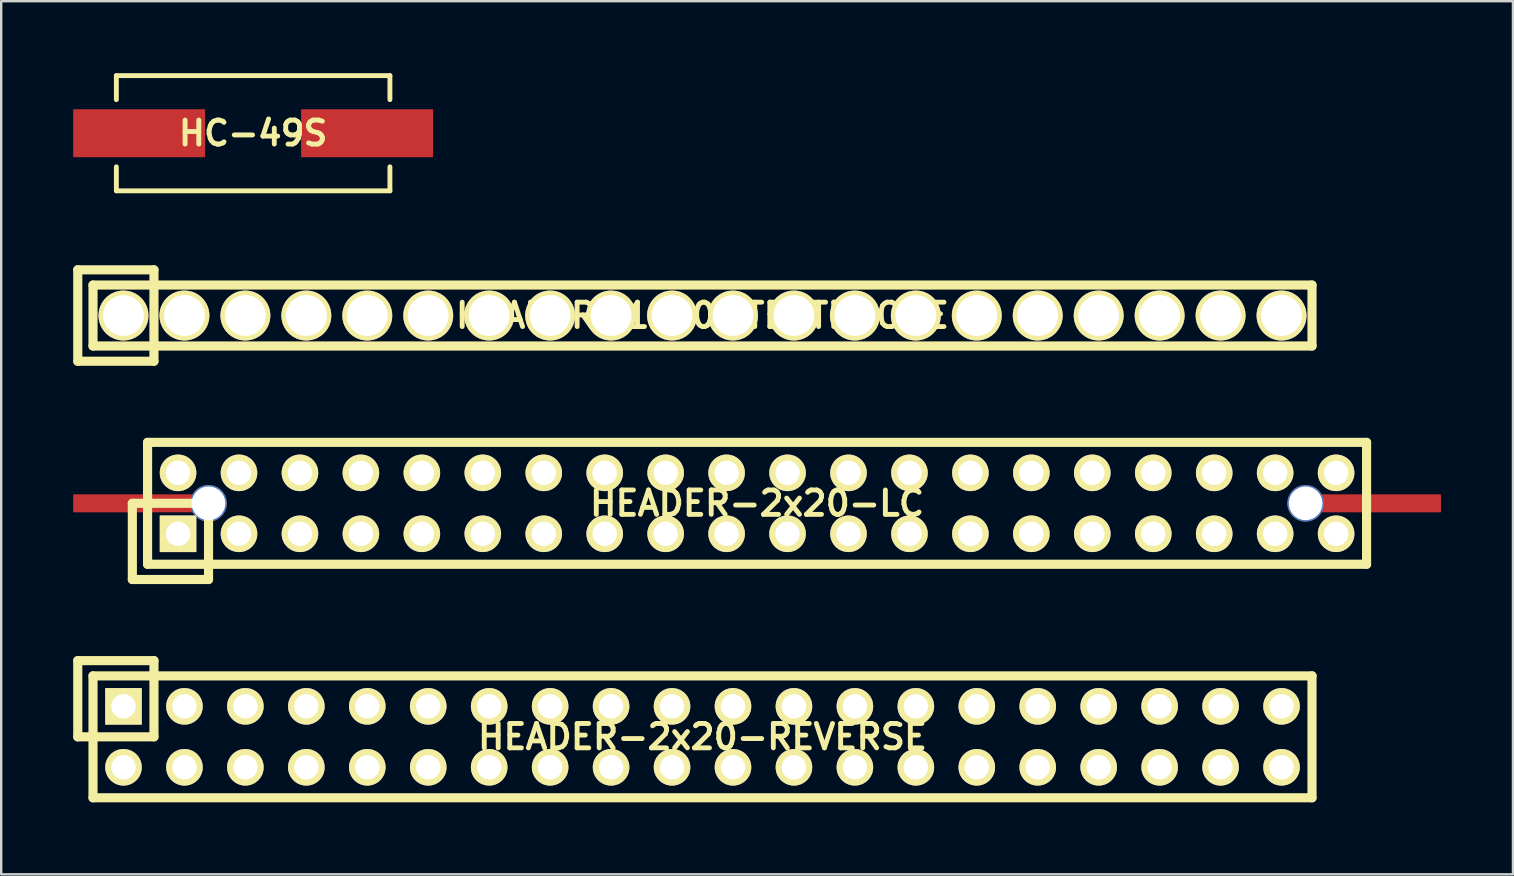
<source format=kicad_pcb>
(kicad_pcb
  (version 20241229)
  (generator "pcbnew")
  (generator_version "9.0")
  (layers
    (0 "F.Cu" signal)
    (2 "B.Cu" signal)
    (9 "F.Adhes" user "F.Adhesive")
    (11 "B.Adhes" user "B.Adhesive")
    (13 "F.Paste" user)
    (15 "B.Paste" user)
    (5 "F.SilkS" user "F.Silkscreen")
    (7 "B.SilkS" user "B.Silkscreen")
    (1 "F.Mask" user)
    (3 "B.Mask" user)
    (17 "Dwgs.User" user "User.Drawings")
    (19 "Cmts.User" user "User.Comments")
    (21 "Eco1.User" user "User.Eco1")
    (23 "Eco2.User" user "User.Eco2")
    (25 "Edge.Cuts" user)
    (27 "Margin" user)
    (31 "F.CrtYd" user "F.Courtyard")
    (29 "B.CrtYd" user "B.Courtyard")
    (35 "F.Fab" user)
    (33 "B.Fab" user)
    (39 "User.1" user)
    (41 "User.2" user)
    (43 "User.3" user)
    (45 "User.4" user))
  (footprint "HC-49S"
    (layer "F.Cu")
    (at 7.499 2.502)
    (property "Reference" "HC-49S" (at 0 0 0) (layer "F.SilkS") (effects (font (size 1.001 1.001) (thickness 0.203))))
    (attr smd)
    (fp_line (start -5.7 -2.4) (end -5.7 -1.4) (stroke (width 0.203) (type solid)) (layer "F.SilkS"))
    (fp_line (start -5.7 -2.4) (end 5.7 -2.4) (stroke (width 0.203) (type solid)) (layer "F.SilkS"))
    (fp_line (start -5.7 2.4) (end -5.7 1.4) (stroke (width 0.203) (type solid)) (layer "F.SilkS"))
    (fp_line (start -5.7 2.4) (end 5.7 2.4) (stroke (width 0.203) (type solid)) (layer "F.SilkS"))
    (fp_line (start 5.7 -2.4) (end 5.7 -1.4) (stroke (width 0.203) (type solid)) (layer "F.SilkS"))
    (fp_line (start 5.7 2.4) (end 5.7 1.4) (stroke (width 0.203) (type solid)) (layer "F.SilkS"))
    (pad "1" smd rect (at -4.75 0) (size 5.499 1.999) (layers "F.Cu" "F.Mask" "F.Paste"))
    (pad "2" smd rect (at 4.75 0) (size 5.499 1.999) (layers "F.Cu" "F.Mask" "F.Paste")))
  (footprint "HEADER-1x20-TESTPROBE"
    (layer "F.Cu")
    (at 26.226 10.099)
    (property "Reference" "HEADER-1x20-TESTPROBE" (at 0 0 0) (layer "F.SilkS") (effects (font (size 1.016 1.016) (thickness 0.203))))
    (attr through_hole)
    (fp_line (start -26.035 -1.905) (end -26.035 1.905) (stroke (width 0.381) (type solid)) (layer "F.SilkS"))
    (fp_line (start -26.035 1.905) (end -22.86 1.905) (stroke (width 0.381) (type solid)) (layer "F.SilkS"))
    (fp_line (start -25.4 -1.27) (end -25.4 1.27) (stroke (width 0.381) (type solid)) (layer "F.SilkS"))
    (fp_line (start -25.4 1.27) (end 25.4 1.27) (stroke (width 0.381) (type solid)) (layer "F.SilkS"))
    (fp_line (start -22.86 -1.905) (end -26.035 -1.905) (stroke (width 0.381) (type solid)) (layer "F.SilkS"))
    (fp_line (start -22.86 1.905) (end -22.86 -1.905) (stroke (width 0.381) (type solid)) (layer "F.SilkS"))
    (fp_line (start 25.4 -1.27) (end -25.4 -1.27) (stroke (width 0.381) (type solid)) (layer "F.SilkS"))
    (fp_line (start 25.4 1.27) (end 25.4 -1.27) (stroke (width 0.381) (type solid)) (layer "F.SilkS"))
    (pad "1" thru_hole circle (at -24.13 0) (size 2.08 2.08) (drill 1.7) (layers "*.Cu" "*.Mask" "F.SilkS"))
    (pad "2" thru_hole circle (at -21.59 0) (size 2.08 2.08) (drill 1.7) (layers "*.Cu" "*.Mask" "F.SilkS"))
    (pad "3" thru_hole circle (at -19.05 0) (size 2.08 2.08) (drill 1.7) (layers "*.Cu" "*.Mask" "F.SilkS"))
    (pad "4" thru_hole circle (at -16.51 0) (size 2.08 2.08) (drill 1.7) (layers "*.Cu" "*.Mask" "F.SilkS"))
    (pad "5" thru_hole circle (at -13.97 0) (size 2.08 2.08) (drill 1.7) (layers "*.Cu" "*.Mask" "F.SilkS"))
    (pad "6" thru_hole circle (at -11.43 0) (size 2.08 2.08) (drill 1.7) (layers "*.Cu" "*.Mask" "F.SilkS"))
    (pad "7" thru_hole circle (at -8.89 0) (size 2.08 2.08) (drill 1.7) (layers "*.Cu" "*.Mask" "F.SilkS"))
    (pad "8" thru_hole circle (at -6.35 0) (size 2.08 2.08) (drill 1.7) (layers "*.Cu" "*.Mask" "F.SilkS"))
    (pad "9" thru_hole circle (at -3.81 0) (size 2.08 2.08) (drill 1.7) (layers "*.Cu" "*.Mask" "F.SilkS"))
    (pad "10" thru_hole circle (at -1.27 0) (size 2.08 2.08) (drill 1.7) (layers "*.Cu" "*.Mask" "F.SilkS"))
    (pad "11" thru_hole circle (at 1.27 0) (size 2.08 2.08) (drill 1.7) (layers "*.Cu" "*.Mask" "F.SilkS"))
    (pad "12" thru_hole circle (at 3.81 0) (size 2.08 2.08) (drill 1.7) (layers "*.Cu" "*.Mask" "F.SilkS"))
    (pad "13" thru_hole circle (at 6.35 0) (size 2.08 2.08) (drill 1.7) (layers "*.Cu" "*.Mask" "F.SilkS"))
    (pad "14" thru_hole circle (at 8.89 0) (size 2.08 2.08) (drill 1.7) (layers "*.Cu" "*.Mask" "F.SilkS"))
    (pad "15" thru_hole circle (at 11.43 0) (size 2.08 2.08) (drill 1.7) (layers "*.Cu" "*.Mask" "F.SilkS"))
    (pad "16" thru_hole circle (at 13.97 0) (size 2.08 2.08) (drill 1.7) (layers "*.Cu" "*.Mask" "F.SilkS"))
    (pad "17" thru_hole circle (at 16.51 0) (size 2.08 2.08) (drill 1.7) (layers "*.Cu" "*.Mask" "F.SilkS"))
    (pad "18" thru_hole circle (at 19.05 0) (size 2.08 2.08) (drill 1.7) (layers "*.Cu" "*.Mask" "F.SilkS"))
    (pad "19" thru_hole circle (at 21.59 0) (size 2.08 2.08) (drill 1.7) (layers "*.Cu" "*.Mask" "F.SilkS"))
    (pad "20" thru_hole circle (at 24.13 0) (size 2.08 2.08) (drill 1.7) (layers "*.Cu" "*.Mask" "F.SilkS")))
  (footprint "HEADER-2x20-REVERSE"
    (layer "F.Cu")
    (at 26.226 27.656)
    (property "Reference" "HEADER-2x20-REVERSE" (at 0 0 0) (layer "F.SilkS") (effects (font (size 1.016 1.016) (thickness 0.203))))
    (attr through_hole)
    (fp_line (start -26.035 -3.175) (end -22.86 -3.175) (stroke (width 0.381) (type solid)) (layer "F.SilkS"))
    (fp_line (start -26.035 0) (end -26.035 -3.175) (stroke (width 0.381) (type solid)) (layer "F.SilkS"))
    (fp_line (start -25.4 -2.54) (end 25.4 -2.54) (stroke (width 0.381) (type solid)) (layer "F.SilkS"))
    (fp_line (start -25.4 2.54) (end -25.4 -2.54) (stroke (width 0.381) (type solid)) (layer "F.SilkS"))
    (fp_line (start -22.86 -3.175) (end -22.86 0) (stroke (width 0.381) (type solid)) (layer "F.SilkS"))
    (fp_line (start -22.86 0) (end -26.035 0) (stroke (width 0.381) (type solid)) (layer "F.SilkS"))
    (fp_line (start 25.4 -2.54) (end 25.4 2.54) (stroke (width 0.381) (type solid)) (layer "F.SilkS"))
    (fp_line (start 25.4 2.54) (end -25.4 2.54) (stroke (width 0.381) (type solid)) (layer "F.SilkS"))
    (pad "1" thru_hole rect (at -24.13 -1.27) (size 1.524 1.524) (drill 1.016) (layers "*.Cu" "*.Mask" "F.SilkS"))
    (pad "2" thru_hole circle (at -24.13 1.27) (size 1.524 1.524) (drill 1.016) (layers "*.Cu" "*.Mask" "F.SilkS"))
    (pad "3" thru_hole circle (at -21.59 -1.27) (size 1.524 1.524) (drill 1.016) (layers "*.Cu" "*.Mask" "F.SilkS"))
    (pad "4" thru_hole circle (at -21.59 1.27) (size 1.524 1.524) (drill 1.016) (layers "*.Cu" "*.Mask" "F.SilkS"))
    (pad "5" thru_hole circle (at -19.05 -1.27) (size 1.524 1.524) (drill 1.016) (layers "*.Cu" "*.Mask" "F.SilkS"))
    (pad "6" thru_hole circle (at -19.05 1.27) (size 1.524 1.524) (drill 1.016) (layers "*.Cu" "*.Mask" "F.SilkS"))
    (pad "7" thru_hole circle (at -16.51 -1.27) (size 1.524 1.524) (drill 1.016) (layers "*.Cu" "*.Mask" "F.SilkS"))
    (pad "8" thru_hole circle (at -16.51 1.27) (size 1.524 1.524) (drill 1.016) (layers "*.Cu" "*.Mask" "F.SilkS"))
    (pad "9" thru_hole circle (at -13.97 -1.27) (size 1.524 1.524) (drill 1.016) (layers "*.Cu" "*.Mask" "F.SilkS"))
    (pad "10" thru_hole circle (at -13.97 1.27) (size 1.524 1.524) (drill 1.016) (layers "*.Cu" "*.Mask" "F.SilkS"))
    (pad "11" thru_hole circle (at -11.43 -1.27) (size 1.524 1.524) (drill 1.016) (layers "*.Cu" "*.Mask" "F.SilkS"))
    (pad "12" thru_hole circle (at -11.43 1.27) (size 1.524 1.524) (drill 1.016) (layers "*.Cu" "*.Mask" "F.SilkS"))
    (pad "13" thru_hole circle (at -8.89 -1.27) (size 1.524 1.524) (drill 1.016) (layers "*.Cu" "*.Mask" "F.SilkS"))
    (pad "14" thru_hole circle (at -8.89 1.27) (size 1.524 1.524) (drill 1.016) (layers "*.Cu" "*.Mask" "F.SilkS"))
    (pad "15" thru_hole circle (at -6.35 -1.27) (size 1.524 1.524) (drill 1.016) (layers "*.Cu" "*.Mask" "F.SilkS"))
    (pad "16" thru_hole circle (at -6.35 1.27) (size 1.524 1.524) (drill 1.016) (layers "*.Cu" "*.Mask" "F.SilkS"))
    (pad "17" thru_hole circle (at -3.81 -1.27) (size 1.524 1.524) (drill 1.016) (layers "*.Cu" "*.Mask" "F.SilkS"))
    (pad "18" thru_hole circle (at -3.81 1.27) (size 1.524 1.524) (drill 1.016) (layers "*.Cu" "*.Mask" "F.SilkS"))
    (pad "19" thru_hole circle (at -1.27 -1.27) (size 1.524 1.524) (drill 1.016) (layers "*.Cu" "*.Mask" "F.SilkS"))
    (pad "20" thru_hole circle (at -1.27 1.27) (size 1.524 1.524) (drill 1.016) (layers "*.Cu" "*.Mask" "F.SilkS"))
    (pad "21" thru_hole circle (at 1.27 -1.27) (size 1.524 1.524) (drill 1.016) (layers "*.Cu" "*.Mask" "F.SilkS"))
    (pad "22" thru_hole circle (at 1.27 1.27) (size 1.524 1.524) (drill 1.016) (layers "*.Cu" "*.Mask" "F.SilkS"))
    (pad "23" thru_hole circle (at 3.81 -1.27) (size 1.524 1.524) (drill 1.016) (layers "*.Cu" "*.Mask" "F.SilkS"))
    (pad "24" thru_hole circle (at 3.81 1.27) (size 1.524 1.524) (drill 1.016) (layers "*.Cu" "*.Mask" "F.SilkS"))
    (pad "25" thru_hole circle (at 6.35 -1.27) (size 1.524 1.524) (drill 1.016) (layers "*.Cu" "*.Mask" "F.SilkS"))
    (pad "26" thru_hole circle (at 6.35 1.27) (size 1.524 1.524) (drill 1.016) (layers "*.Cu" "*.Mask" "F.SilkS"))
    (pad "27" thru_hole circle (at 8.89 -1.27) (size 1.524 1.524) (drill 1.016) (layers "*.Cu" "*.Mask" "F.SilkS"))
    (pad "28" thru_hole circle (at 8.89 1.27) (size 1.524 1.524) (drill 1.016) (layers "*.Cu" "*.Mask" "F.SilkS"))
    (pad "29" thru_hole circle (at 11.43 -1.27) (size 1.524 1.524) (drill 1.016) (layers "*.Cu" "*.Mask" "F.SilkS"))
    (pad "30" thru_hole circle (at 11.43 1.27) (size 1.524 1.524) (drill 1.016) (layers "*.Cu" "*.Mask" "F.SilkS"))
    (pad "31" thru_hole circle (at 13.97 -1.27) (size 1.524 1.524) (drill 1.016) (layers "*.Cu" "*.Mask" "F.SilkS"))
    (pad "32" thru_hole circle (at 13.97 1.27) (size 1.524 1.524) (drill 1.016) (layers "*.Cu" "*.Mask" "F.SilkS"))
    (pad "33" thru_hole circle (at 16.51 -1.27) (size 1.524 1.524) (drill 1.016) (layers "*.Cu" "*.Mask" "F.SilkS"))
    (pad "34" thru_hole circle (at 16.51 1.27) (size 1.524 1.524) (drill 1.016) (layers "*.Cu" "*.Mask" "F.SilkS"))
    (pad "35" thru_hole circle (at 19.05 -1.27) (size 1.524 1.524) (drill 1.016) (layers "*.Cu" "*.Mask" "F.SilkS"))
    (pad "36" thru_hole circle (at 19.05 1.27) (size 1.524 1.524) (drill 1.016) (layers "*.Cu" "*.Mask" "F.SilkS"))
    (pad "37" thru_hole circle (at 21.59 -1.27) (size 1.524 1.524) (drill 1.016) (layers "*.Cu" "*.Mask" "F.SilkS"))
    (pad "38" thru_hole circle (at 21.59 1.27) (size 1.524 1.524) (drill 1.016) (layers "*.Cu" "*.Mask" "F.SilkS"))
    (pad "39" thru_hole circle (at 24.13 -1.27) (size 1.524 1.524) (drill 1.016) (layers "*.Cu" "*.Mask" "F.SilkS"))
    (pad "40" thru_hole circle (at 24.13 1.27) (size 1.524 1.524) (drill 1.016) (layers "*.Cu" "*.Mask" "F.SilkS")))
  (footprint "HEADER-2x20-LC"
    (layer "F.Cu")
    (at 28.5 17.925)
    (property "Reference" "HEADER-2x20-LC" (at 0 0 0) (layer "F.SilkS") (effects (font (size 1.016 1.016) (thickness 0.203))))
    (attr through_hole)
    (fp_line (start -26.035 0) (end -26.035 3.175) (stroke (width 0.381) (type solid)) (layer "F.SilkS"))
    (fp_line (start -26.035 3.175) (end -22.86 3.175) (stroke (width 0.381) (type solid)) (layer "F.SilkS"))
    (fp_line (start -25.4 -2.54) (end 25.4 -2.54) (stroke (width 0.381) (type solid)) (layer "F.SilkS"))
    (fp_line (start -25.4 2.54) (end -25.4 -2.54) (stroke (width 0.381) (type solid)) (layer "F.SilkS"))
    (fp_line (start -22.86 0) (end -26.035 0) (stroke (width 0.381) (type solid)) (layer "F.SilkS"))
    (fp_line (start -22.86 3.175) (end -22.86 0) (stroke (width 0.381) (type solid)) (layer "F.SilkS"))
    (fp_line (start 25.4 -2.54) (end 25.4 2.54) (stroke (width 0.381) (type solid)) (layer "F.SilkS"))
    (fp_line (start 25.4 2.54) (end -25.4 2.54) (stroke (width 0.381) (type solid)) (layer "F.SilkS"))
    (pad "1" thru_hole rect (at -24.13 1.27) (size 1.524 1.524) (drill 1.016) (layers "*.Cu" "*.Mask" "F.SilkS"))
    (pad "1" thru_hole circle (at -22.86 0) (size 1.524 1.524) (drill 1.4) (layers "*.Cu" "*.Mask"))
    (pad "1" smd rect (at 26 0) (size 5 0.75) (layers "F.Cu" "F.Mask" "F.Paste"))
    (pad "2" smd rect (at -26 0) (size 5 0.75) (layers "F.Cu" "F.Mask" "F.Paste"))
    (pad "2" thru_hole circle (at -24.13 -1.27) (size 1.524 1.524) (drill 1.016) (layers "*.Cu" "*.Mask" "F.SilkS"))
    (pad "2" thru_hole circle (at 22.86 0) (size 1.524 1.524) (drill 1.4) (layers "*.Cu" "*.Mask"))
    (pad "3" thru_hole circle (at -21.59 1.27) (size 1.524 1.524) (drill 1.016) (layers "*.Cu" "*.Mask" "F.SilkS"))
    (pad "4" thru_hole circle (at -21.59 -1.27) (size 1.524 1.524) (drill 1.016) (layers "*.Cu" "*.Mask" "F.SilkS"))
    (pad "5" thru_hole circle (at -19.05 1.27) (size 1.524 1.524) (drill 1.016) (layers "*.Cu" "*.Mask" "F.SilkS"))
    (pad "6" thru_hole circle (at -19.05 -1.27) (size 1.524 1.524) (drill 1.016) (layers "*.Cu" "*.Mask" "F.SilkS"))
    (pad "7" thru_hole circle (at -16.51 1.27) (size 1.524 1.524) (drill 1.016) (layers "*.Cu" "*.Mask" "F.SilkS"))
    (pad "8" thru_hole circle (at -16.51 -1.27) (size 1.524 1.524) (drill 1.016) (layers "*.Cu" "*.Mask" "F.SilkS"))
    (pad "9" thru_hole circle (at -13.97 1.27) (size 1.524 1.524) (drill 1.016) (layers "*.Cu" "*.Mask" "F.SilkS"))
    (pad "10" thru_hole circle (at -13.97 -1.27) (size 1.524 1.524) (drill 1.016) (layers "*.Cu" "*.Mask" "F.SilkS"))
    (pad "11" thru_hole circle (at -11.43 1.27) (size 1.524 1.524) (drill 1.016) (layers "*.Cu" "*.Mask" "F.SilkS"))
    (pad "12" thru_hole circle (at -11.43 -1.27) (size 1.524 1.524) (drill 1.016) (layers "*.Cu" "*.Mask" "F.SilkS"))
    (pad "13" thru_hole circle (at -8.89 1.27) (size 1.524 1.524) (drill 1.016) (layers "*.Cu" "*.Mask" "F.SilkS"))
    (pad "14" thru_hole circle (at -8.89 -1.27) (size 1.524 1.524) (drill 1.016) (layers "*.Cu" "*.Mask" "F.SilkS"))
    (pad "15" thru_hole circle (at -6.35 1.27) (size 1.524 1.524) (drill 1.016) (layers "*.Cu" "*.Mask" "F.SilkS"))
    (pad "16" thru_hole circle (at -6.35 -1.27) (size 1.524 1.524) (drill 1.016) (layers "*.Cu" "*.Mask" "F.SilkS"))
    (pad "17" thru_hole circle (at -3.81 1.27) (size 1.524 1.524) (drill 1.016) (layers "*.Cu" "*.Mask" "F.SilkS"))
    (pad "18" thru_hole circle (at -3.81 -1.27) (size 1.524 1.524) (drill 1.016) (layers "*.Cu" "*.Mask" "F.SilkS"))
    (pad "19" thru_hole circle (at -1.27 1.27) (size 1.524 1.524) (drill 1.016) (layers "*.Cu" "*.Mask" "F.SilkS"))
    (pad "20" thru_hole circle (at -1.27 -1.27) (size 1.524 1.524) (drill 1.016) (layers "*.Cu" "*.Mask" "F.SilkS"))
    (pad "21" thru_hole circle (at 1.27 1.27) (size 1.524 1.524) (drill 1.016) (layers "*.Cu" "*.Mask" "F.SilkS"))
    (pad "22" thru_hole circle (at 1.27 -1.27) (size 1.524 1.524) (drill 1.016) (layers "*.Cu" "*.Mask" "F.SilkS"))
    (pad "23" thru_hole circle (at 3.81 1.27) (size 1.524 1.524) (drill 1.016) (layers "*.Cu" "*.Mask" "F.SilkS"))
    (pad "24" thru_hole circle (at 3.81 -1.27) (size 1.524 1.524) (drill 1.016) (layers "*.Cu" "*.Mask" "F.SilkS"))
    (pad "25" thru_hole circle (at 6.35 1.27) (size 1.524 1.524) (drill 1.016) (layers "*.Cu" "*.Mask" "F.SilkS"))
    (pad "26" thru_hole circle (at 6.35 -1.27) (size 1.524 1.524) (drill 1.016) (layers "*.Cu" "*.Mask" "F.SilkS"))
    (pad "27" thru_hole circle (at 8.89 1.27) (size 1.524 1.524) (drill 1.016) (layers "*.Cu" "*.Mask" "F.SilkS"))
    (pad "28" thru_hole circle (at 8.89 -1.27) (size 1.524 1.524) (drill 1.016) (layers "*.Cu" "*.Mask" "F.SilkS"))
    (pad "29" thru_hole circle (at 11.43 1.27) (size 1.524 1.524) (drill 1.016) (layers "*.Cu" "*.Mask" "F.SilkS"))
    (pad "30" thru_hole circle (at 11.43 -1.27) (size 1.524 1.524) (drill 1.016) (layers "*.Cu" "*.Mask" "F.SilkS"))
    (pad "31" thru_hole circle (at 13.97 1.27) (size 1.524 1.524) (drill 1.016) (layers "*.Cu" "*.Mask" "F.SilkS"))
    (pad "32" thru_hole circle (at 13.97 -1.27) (size 1.524 1.524) (drill 1.016) (layers "*.Cu" "*.Mask" "F.SilkS"))
    (pad "33" thru_hole circle (at 16.51 1.27) (size 1.524 1.524) (drill 1.016) (layers "*.Cu" "*.Mask" "F.SilkS"))
    (pad "34" thru_hole circle (at 16.51 -1.27) (size 1.524 1.524) (drill 1.016) (layers "*.Cu" "*.Mask" "F.SilkS"))
    (pad "35" thru_hole circle (at 19.05 1.27) (size 1.524 1.524) (drill 1.016) (layers "*.Cu" "*.Mask" "F.SilkS"))
    (pad "36" thru_hole circle (at 19.05 -1.27) (size 1.524 1.524) (drill 1.016) (layers "*.Cu" "*.Mask" "F.SilkS"))
    (pad "37" thru_hole circle (at 21.59 1.27) (size 1.524 1.524) (drill 1.016) (layers "*.Cu" "*.Mask" "F.SilkS"))
    (pad "38" thru_hole circle (at 21.59 -1.27) (size 1.524 1.524) (drill 1.016) (layers "*.Cu" "*.Mask" "F.SilkS"))
    (pad "39" thru_hole circle (at 24.13 1.27) (size 1.524 1.524) (drill 1.016) (layers "*.Cu" "*.Mask" "F.SilkS"))
    (pad "40" thru_hole circle (at 24.13 -1.27) (size 1.524 1.524) (drill 1.016) (layers "*.Cu" "*.Mask" "F.SilkS")))
  (gr_rect
    (start -3 -3)
    (end 60 33.387)
    (stroke (width 0.1) (type default))
    (fill no)
    (layer "Edge.Cuts")))
</source>
